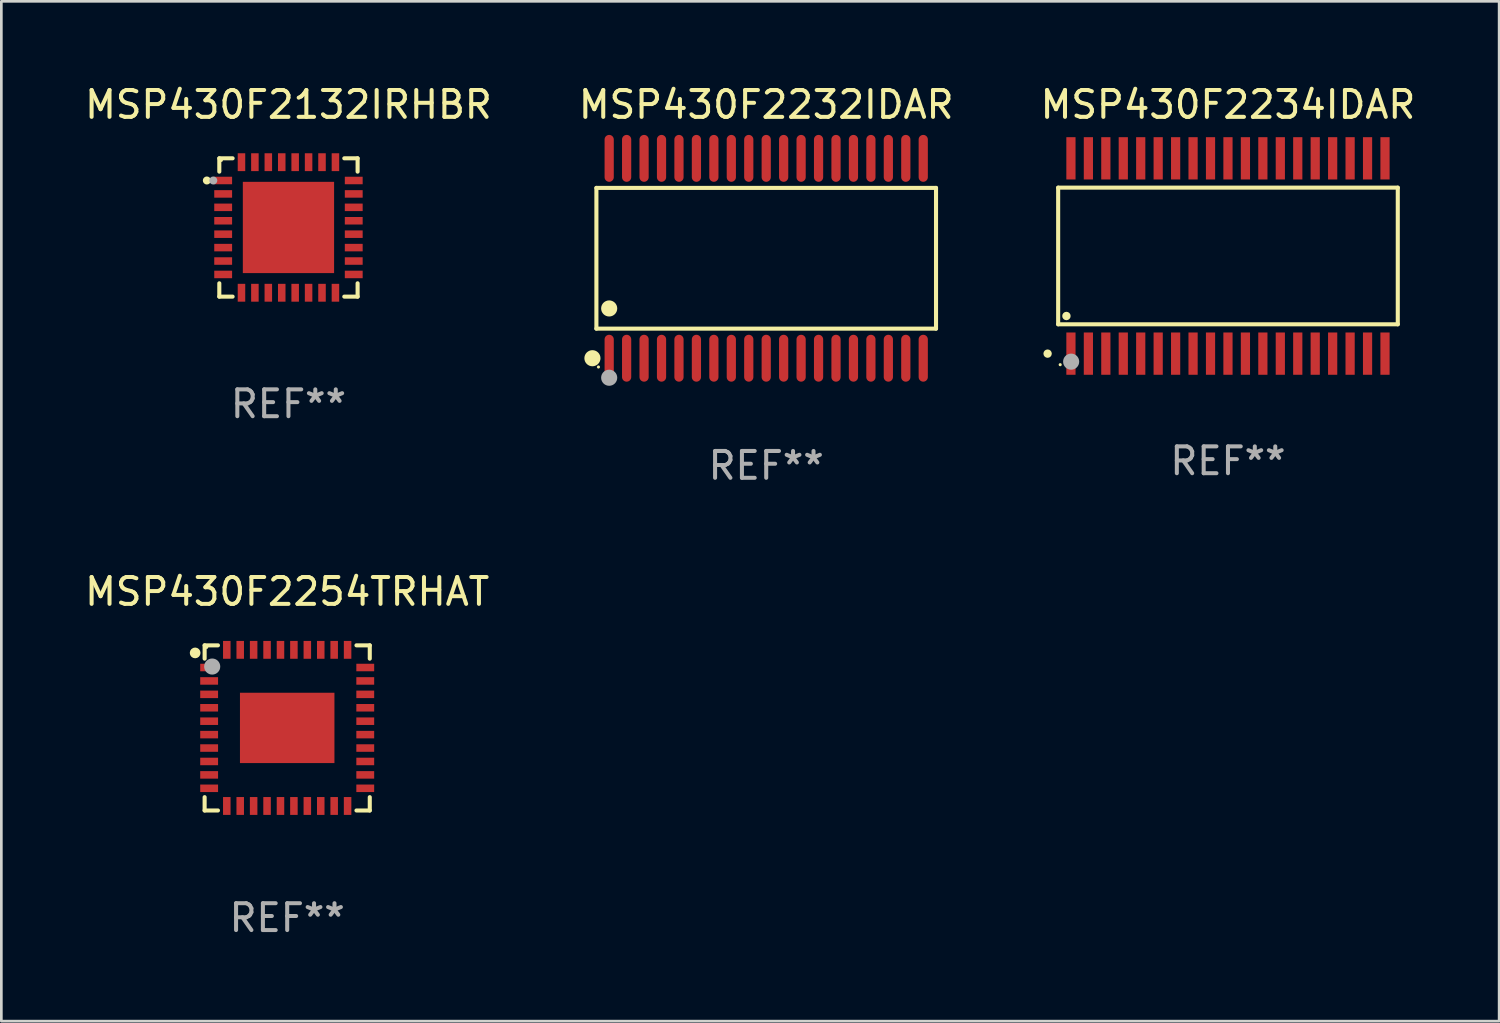
<source format=kicad_pcb>
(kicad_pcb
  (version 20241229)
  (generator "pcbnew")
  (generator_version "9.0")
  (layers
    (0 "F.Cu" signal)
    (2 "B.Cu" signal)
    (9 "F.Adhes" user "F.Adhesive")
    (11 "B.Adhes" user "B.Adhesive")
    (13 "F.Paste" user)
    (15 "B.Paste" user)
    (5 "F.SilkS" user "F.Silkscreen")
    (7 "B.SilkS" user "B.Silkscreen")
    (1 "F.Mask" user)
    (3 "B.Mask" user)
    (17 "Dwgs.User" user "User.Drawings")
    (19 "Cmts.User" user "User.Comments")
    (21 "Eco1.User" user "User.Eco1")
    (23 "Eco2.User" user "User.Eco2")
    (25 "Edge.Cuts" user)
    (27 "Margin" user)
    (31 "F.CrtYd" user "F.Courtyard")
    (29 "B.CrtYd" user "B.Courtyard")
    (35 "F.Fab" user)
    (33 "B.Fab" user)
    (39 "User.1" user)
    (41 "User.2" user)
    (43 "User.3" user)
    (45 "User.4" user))
  (footprint "MSP430F2234IDAR"
    (layer "F.Cu")
    (at 42.696 6.486)
    (property "Reference" "MSP430F2234IDAR" (at 0 -5.638 0) (layer "F.SilkS") (effects (font (size 1 1) (thickness 0.15))))
    (attr through_hole)
    (fp_line (start -6.326 -2.545) (end 6.326 -2.545) (stroke (width 0.152) (type solid)) (layer "F.SilkS"))
    (fp_line (start -6.326 2.545) (end -6.326 -2.545) (stroke (width 0.152) (type solid)) (layer "F.SilkS"))
    (fp_line (start 6.326 -2.545) (end 6.326 2.545) (stroke (width 0.152) (type solid)) (layer "F.SilkS"))
    (fp_line (start 6.326 2.545) (end -6.326 2.545) (stroke (width 0.152) (type solid)) (layer "F.SilkS"))
    (fp_circle (center -6.719 3.638) (end -6.641 3.638) (stroke (width 0.156) (type solid)) (fill no) (layer "F.SilkS"))
    (fp_circle (center -6.25 4.05) (end -6.22 4.05) (stroke (width 0.06) (type solid)) (fill no) (layer "F.SilkS"))
    (fp_circle (center -6.018 2.236) (end -5.939 2.236) (stroke (width 0.156) (type solid)) (fill no) (layer "F.SilkS"))
    (fp_circle (center -5.842 3.937) (end -5.692 3.937) (stroke (width 0.3) (type solid)) (fill no) (layer "F.Fab"))
    (fp_text user "REF**" (at 0 7.638 0) (layer "F.Fab") (effects (font (size 1 1) (thickness 0.15))))
    (pad "1" smd rect (at -5.85 3.638) (size 0.343 1.575) (layers "F.Cu" "F.Mask" "F.Paste"))
    (pad "2" smd rect (at -5.2 3.638) (size 0.343 1.575) (layers "F.Cu" "F.Mask" "F.Paste"))
    (pad "3" smd rect (at -4.55 3.638) (size 0.343 1.575) (layers "F.Cu" "F.Mask" "F.Paste"))
    (pad "4" smd rect (at -3.9 3.638) (size 0.343 1.575) (layers "F.Cu" "F.Mask" "F.Paste"))
    (pad "5" smd rect (at -3.25 3.638) (size 0.343 1.575) (layers "F.Cu" "F.Mask" "F.Paste"))
    (pad "6" smd rect (at -2.6 3.638) (size 0.343 1.575) (layers "F.Cu" "F.Mask" "F.Paste"))
    (pad "7" smd rect (at -1.95 3.638) (size 0.343 1.575) (layers "F.Cu" "F.Mask" "F.Paste"))
    (pad "8" smd rect (at -1.3 3.638) (size 0.343 1.575) (layers "F.Cu" "F.Mask" "F.Paste"))
    (pad "9" smd rect (at -0.65 3.638) (size 0.343 1.575) (layers "F.Cu" "F.Mask" "F.Paste"))
    (pad "10" smd rect (at -0.000013 3.638) (size 0.343 1.575) (layers "F.Cu" "F.Mask" "F.Paste"))
    (pad "11" smd rect (at 0.65 3.638) (size 0.343 1.575) (layers "F.Cu" "F.Mask" "F.Paste"))
    (pad "12" smd rect (at 1.3 3.638) (size 0.343 1.575) (layers "F.Cu" "F.Mask" "F.Paste"))
    (pad "13" smd rect (at 1.95 3.638) (size 0.343 1.575) (layers "F.Cu" "F.Mask" "F.Paste"))
    (pad "14" smd rect (at 2.6 3.638) (size 0.343 1.575) (layers "F.Cu" "F.Mask" "F.Paste"))
    (pad "15" smd rect (at 3.25 3.638) (size 0.343 1.575) (layers "F.Cu" "F.Mask" "F.Paste"))
    (pad "16" smd rect (at 3.9 3.638) (size 0.343 1.575) (layers "F.Cu" "F.Mask" "F.Paste"))
    (pad "17" smd rect (at 4.55 3.638) (size 0.343 1.575) (layers "F.Cu" "F.Mask" "F.Paste"))
    (pad "18" smd rect (at 5.2 3.638) (size 0.343 1.575) (layers "F.Cu" "F.Mask" "F.Paste"))
    (pad "19" smd rect (at 5.85 3.638) (size 0.343 1.575) (layers "F.Cu" "F.Mask" "F.Paste"))
    (pad "20" smd rect (at 5.85 -3.638) (size 0.343 1.575) (layers "F.Cu" "F.Mask" "F.Paste"))
    (pad "21" smd rect (at 5.2 -3.638) (size 0.343 1.575) (layers "F.Cu" "F.Mask" "F.Paste"))
    (pad "22" smd rect (at 4.55 -3.638) (size 0.343 1.575) (layers "F.Cu" "F.Mask" "F.Paste"))
    (pad "23" smd rect (at 3.9 -3.638) (size 0.343 1.575) (layers "F.Cu" "F.Mask" "F.Paste"))
    (pad "24" smd rect (at 3.25 -3.638) (size 0.343 1.575) (layers "F.Cu" "F.Mask" "F.Paste"))
    (pad "25" smd rect (at 2.6 -3.638) (size 0.343 1.575) (layers "F.Cu" "F.Mask" "F.Paste"))
    (pad "26" smd rect (at 1.95 -3.638) (size 0.343 1.575) (layers "F.Cu" "F.Mask" "F.Paste"))
    (pad "27" smd rect (at 1.3 -3.638) (size 0.343 1.575) (layers "F.Cu" "F.Mask" "F.Paste"))
    (pad "28" smd rect (at 0.65 -3.638) (size 0.343 1.575) (layers "F.Cu" "F.Mask" "F.Paste"))
    (pad "29" smd rect (at -0.000013 -3.638) (size 0.343 1.575) (layers "F.Cu" "F.Mask" "F.Paste"))
    (pad "30" smd rect (at -0.65 -3.638) (size 0.343 1.575) (layers "F.Cu" "F.Mask" "F.Paste"))
    (pad "31" smd rect (at -1.3 -3.638) (size 0.343 1.575) (layers "F.Cu" "F.Mask" "F.Paste"))
    (pad "32" smd rect (at -1.95 -3.638) (size 0.343 1.575) (layers "F.Cu" "F.Mask" "F.Paste"))
    (pad "33" smd rect (at -2.6 -3.638) (size 0.343 1.575) (layers "F.Cu" "F.Mask" "F.Paste"))
    (pad "34" smd rect (at -3.25 -3.638) (size 0.343 1.575) (layers "F.Cu" "F.Mask" "F.Paste"))
    (pad "35" smd rect (at -3.9 -3.638) (size 0.343 1.575) (layers "F.Cu" "F.Mask" "F.Paste"))
    (pad "36" smd rect (at -4.55 -3.638) (size 0.343 1.575) (layers "F.Cu" "F.Mask" "F.Paste"))
    (pad "37" smd rect (at -5.2 -3.638) (size 0.343 1.575) (layers "F.Cu" "F.Mask" "F.Paste"))
    (pad "38" smd rect (at -5.85 -3.638) (size 0.343 1.575) (layers "F.Cu" "F.Mask" "F.Paste")))
  (footprint "MSP430F2254TRHAT"
    (layer "F.Cu")
    (at 7.649 24.067)
    (property "Reference" "MSP430F2254TRHAT" (at 0 -5.076 0) (layer "F.SilkS") (effects (font (size 1 1) (thickness 0.15))))
    (attr through_hole)
    (fp_line (start -3.076 -3.076) (end -3.076 -2.58) (stroke (width 0.152) (type solid)) (layer "F.SilkS"))
    (fp_line (start -3.076 3.076) (end -3.076 2.58) (stroke (width 0.152) (type solid)) (layer "F.SilkS"))
    (fp_line (start -2.58 -3.076) (end -3.076 -3.076) (stroke (width 0.152) (type solid)) (layer "F.SilkS"))
    (fp_line (start -2.58 3.076) (end -3.076 3.076) (stroke (width 0.152) (type solid)) (layer "F.SilkS"))
    (fp_line (start 2.58 -3.076) (end 3.076 -3.076) (stroke (width 0.152) (type solid)) (layer "F.SilkS"))
    (fp_line (start 2.58 3.076) (end 3.076 3.076) (stroke (width 0.152) (type solid)) (layer "F.SilkS"))
    (fp_line (start 3.076 -3.076) (end 3.076 -2.58) (stroke (width 0.152) (type solid)) (layer "F.SilkS"))
    (fp_line (start 3.076 3.076) (end 3.076 2.58) (stroke (width 0.152) (type solid)) (layer "F.SilkS"))
    (fp_circle (center -3.429 -2.794) (end -3.329 -2.794) (stroke (width 0.2) (type solid)) (fill no) (layer "F.SilkS"))
    (fp_circle (center -3 -3) (end -2.97 -3) (stroke (width 0.06) (type solid)) (fill no) (layer "F.SilkS"))
    (fp_circle (center -2.794 -2.286) (end -2.644 -2.286) (stroke (width 0.3) (type solid)) (fill no) (layer "F.Fab"))
    (fp_text user "REF**" (at 0 7.076 0) (layer "F.Fab") (effects (font (size 1 1) (thickness 0.15))))
    (pad "1" smd rect (at -2.908 -2.25) (size 0.665 0.28) (layers "F.Cu" "F.Mask" "F.Paste"))
    (pad "2" smd rect (at -2.908 -1.75) (size 0.665 0.28) (layers "F.Cu" "F.Mask" "F.Paste"))
    (pad "3" smd rect (at -2.908 -1.25) (size 0.665 0.28) (layers "F.Cu" "F.Mask" "F.Paste"))
    (pad "4" smd rect (at -2.908 -0.75) (size 0.665 0.28) (layers "F.Cu" "F.Mask" "F.Paste"))
    (pad "5" smd rect (at -2.908 -0.25) (size 0.665 0.28) (layers "F.Cu" "F.Mask" "F.Paste"))
    (pad "6" smd rect (at -2.908 0.25) (size 0.665 0.28) (layers "F.Cu" "F.Mask" "F.Paste"))
    (pad "7" smd rect (at -2.908 0.75) (size 0.665 0.28) (layers "F.Cu" "F.Mask" "F.Paste"))
    (pad "8" smd rect (at -2.908 1.25) (size 0.665 0.28) (layers "F.Cu" "F.Mask" "F.Paste"))
    (pad "9" smd rect (at -2.908 1.75) (size 0.665 0.28) (layers "F.Cu" "F.Mask" "F.Paste"))
    (pad "10" smd rect (at -2.908 2.25) (size 0.665 0.28) (layers "F.Cu" "F.Mask" "F.Paste"))
    (pad "11" smd rect (at -2.25 2.908) (size 0.28 0.665) (layers "F.Cu" "F.Mask" "F.Paste"))
    (pad "12" smd rect (at -1.75 2.908) (size 0.28 0.665) (layers "F.Cu" "F.Mask" "F.Paste"))
    (pad "13" smd rect (at -1.25 2.908) (size 0.28 0.665) (layers "F.Cu" "F.Mask" "F.Paste"))
    (pad "14" smd rect (at -0.75 2.908) (size 0.28 0.665) (layers "F.Cu" "F.Mask" "F.Paste"))
    (pad "15" smd rect (at -0.25 2.908) (size 0.28 0.665) (layers "F.Cu" "F.Mask" "F.Paste"))
    (pad "16" smd rect (at 0.25 2.908) (size 0.28 0.665) (layers "F.Cu" "F.Mask" "F.Paste"))
    (pad "17" smd rect (at 0.75 2.908) (size 0.28 0.665) (layers "F.Cu" "F.Mask" "F.Paste"))
    (pad "18" smd rect (at 1.25 2.908) (size 0.28 0.665) (layers "F.Cu" "F.Mask" "F.Paste"))
    (pad "19" smd rect (at 1.75 2.908) (size 0.28 0.665) (layers "F.Cu" "F.Mask" "F.Paste"))
    (pad "20" smd rect (at 2.25 2.908) (size 0.28 0.665) (layers "F.Cu" "F.Mask" "F.Paste"))
    (pad "21" smd rect (at 2.908 2.25) (size 0.665 0.28) (layers "F.Cu" "F.Mask" "F.Paste"))
    (pad "22" smd rect (at 2.908 1.75) (size 0.665 0.28) (layers "F.Cu" "F.Mask" "F.Paste"))
    (pad "23" smd rect (at 2.908 1.25) (size 0.665 0.28) (layers "F.Cu" "F.Mask" "F.Paste"))
    (pad "24" smd rect (at 2.908 0.75) (size 0.665 0.28) (layers "F.Cu" "F.Mask" "F.Paste"))
    (pad "25" smd rect (at 2.908 0.25) (size 0.665 0.28) (layers "F.Cu" "F.Mask" "F.Paste"))
    (pad "26" smd rect (at 2.908 -0.25) (size 0.665 0.28) (layers "F.Cu" "F.Mask" "F.Paste"))
    (pad "27" smd rect (at 2.908 -0.75) (size 0.665 0.28) (layers "F.Cu" "F.Mask" "F.Paste"))
    (pad "28" smd rect (at 2.908 -1.25) (size 0.665 0.28) (layers "F.Cu" "F.Mask" "F.Paste"))
    (pad "29" smd rect (at 2.908 -1.75) (size 0.665 0.28) (layers "F.Cu" "F.Mask" "F.Paste"))
    (pad "30" smd rect (at 2.908 -2.25) (size 0.665 0.28) (layers "F.Cu" "F.Mask" "F.Paste"))
    (pad "31" smd rect (at 2.25 -2.908) (size 0.28 0.665) (layers "F.Cu" "F.Mask" "F.Paste"))
    (pad "32" smd rect (at 1.75 -2.908) (size 0.28 0.665) (layers "F.Cu" "F.Mask" "F.Paste"))
    (pad "33" smd rect (at 1.25 -2.908) (size 0.28 0.665) (layers "F.Cu" "F.Mask" "F.Paste"))
    (pad "34" smd rect (at 0.75 -2.908) (size 0.28 0.665) (layers "F.Cu" "F.Mask" "F.Paste"))
    (pad "35" smd rect (at 0.25 -2.908) (size 0.28 0.665) (layers "F.Cu" "F.Mask" "F.Paste"))
    (pad "36" smd rect (at -0.25 -2.908) (size 0.28 0.665) (layers "F.Cu" "F.Mask" "F.Paste"))
    (pad "37" smd rect (at -0.75 -2.908) (size 0.28 0.665) (layers "F.Cu" "F.Mask" "F.Paste"))
    (pad "38" smd rect (at -1.25 -2.908) (size 0.28 0.665) (layers "F.Cu" "F.Mask" "F.Paste"))
    (pad "39" smd rect (at -1.75 -2.908) (size 0.28 0.665) (layers "F.Cu" "F.Mask" "F.Paste"))
    (pad "40" smd rect (at -2.25 -2.908) (size 0.28 0.665) (layers "F.Cu" "F.Mask" "F.Paste"))
    (pad "41" smd rect (at 0 0) (size 3.52 2.62) (layers "F.Cu" "F.Mask" "F.Paste")))
  (footprint "MSP430F2232IDAR"
    (layer "F.Cu")
    (at 25.494 6.572)
    (property "Reference" "MSP430F2232IDAR" (at 0 -5.723 0) (layer "F.SilkS") (effects (font (size 1 1) (thickness 0.15))))
    (attr through_hole)
    (fp_line (start -6.326 -2.622) (end 6.326 -2.622) (stroke (width 0.152) (type solid)) (layer "F.SilkS"))
    (fp_line (start -6.326 2.621) (end -6.326 -2.622) (stroke (width 0.152) (type solid)) (layer "F.SilkS"))
    (fp_line (start 6.326 -2.622) (end 6.326 2.621) (stroke (width 0.152) (type solid)) (layer "F.SilkS"))
    (fp_line (start 6.326 2.621) (end -6.326 2.621) (stroke (width 0.152) (type solid)) (layer "F.SilkS"))
    (fp_circle (center -6.474 3.723) (end -6.324 3.723) (stroke (width 0.3) (type solid)) (fill no) (layer "F.SilkS"))
    (fp_circle (center -6.25 4.05) (end -6.22 4.05) (stroke (width 0.06) (type solid)) (fill no) (layer "F.SilkS"))
    (fp_circle (center -5.85 1.869) (end -5.7 1.869) (stroke (width 0.3) (type solid)) (fill no) (layer "F.SilkS"))
    (fp_circle (center -5.85 4.45) (end -5.7 4.45) (stroke (width 0.3) (type solid)) (fill no) (layer "F.Fab"))
    (fp_text user "REF**" (at 0 7.723 0) (layer "F.Fab") (effects (font (size 1 1) (thickness 0.15))))
    (pad "1" smd oval (at -5.85 3.723) (size 0.343 1.747) (layers "F.Cu" "F.Mask" "F.Paste"))
    (pad "2" smd oval (at -5.2 3.723) (size 0.343 1.747) (layers "F.Cu" "F.Mask" "F.Paste"))
    (pad "3" smd oval (at -4.55 3.723) (size 0.343 1.747) (layers "F.Cu" "F.Mask" "F.Paste"))
    (pad "4" smd oval (at -3.9 3.723) (size 0.343 1.747) (layers "F.Cu" "F.Mask" "F.Paste"))
    (pad "5" smd oval (at -3.25 3.723) (size 0.343 1.747) (layers "F.Cu" "F.Mask" "F.Paste"))
    (pad "6" smd oval (at -2.6 3.723) (size 0.343 1.747) (layers "F.Cu" "F.Mask" "F.Paste"))
    (pad "7" smd oval (at -1.95 3.723) (size 0.343 1.747) (layers "F.Cu" "F.Mask" "F.Paste"))
    (pad "8" smd oval (at -1.3 3.723) (size 0.343 1.747) (layers "F.Cu" "F.Mask" "F.Paste"))
    (pad "9" smd oval (at -0.65 3.723) (size 0.343 1.747) (layers "F.Cu" "F.Mask" "F.Paste"))
    (pad "10" smd oval (at 0 3.723) (size 0.343 1.747) (layers "F.Cu" "F.Mask" "F.Paste"))
    (pad "11" smd oval (at 0.65 3.723) (size 0.343 1.747) (layers "F.Cu" "F.Mask" "F.Paste"))
    (pad "12" smd oval (at 1.3 3.723) (size 0.343 1.747) (layers "F.Cu" "F.Mask" "F.Paste"))
    (pad "13" smd oval (at 1.95 3.723) (size 0.343 1.747) (layers "F.Cu" "F.Mask" "F.Paste"))
    (pad "14" smd oval (at 2.6 3.723) (size 0.343 1.747) (layers "F.Cu" "F.Mask" "F.Paste"))
    (pad "15" smd oval (at 3.25 3.723) (size 0.343 1.747) (layers "F.Cu" "F.Mask" "F.Paste"))
    (pad "16" smd oval (at 3.9 3.723) (size 0.343 1.747) (layers "F.Cu" "F.Mask" "F.Paste"))
    (pad "17" smd oval (at 4.55 3.723) (size 0.343 1.747) (layers "F.Cu" "F.Mask" "F.Paste"))
    (pad "18" smd oval (at 5.2 3.723) (size 0.343 1.747) (layers "F.Cu" "F.Mask" "F.Paste"))
    (pad "19" smd oval (at 5.85 3.723) (size 0.343 1.747) (layers "F.Cu" "F.Mask" "F.Paste"))
    (pad "20" smd oval (at 5.85 -3.723) (size 0.343 1.747) (layers "F.Cu" "F.Mask" "F.Paste"))
    (pad "21" smd oval (at 5.2 -3.723) (size 0.343 1.747) (layers "F.Cu" "F.Mask" "F.Paste"))
    (pad "22" smd oval (at 4.55 -3.723) (size 0.343 1.747) (layers "F.Cu" "F.Mask" "F.Paste"))
    (pad "23" smd oval (at 3.9 -3.723) (size 0.343 1.747) (layers "F.Cu" "F.Mask" "F.Paste"))
    (pad "24" smd oval (at 3.25 -3.723) (size 0.343 1.747) (layers "F.Cu" "F.Mask" "F.Paste"))
    (pad "25" smd oval (at 2.6 -3.723) (size 0.343 1.747) (layers "F.Cu" "F.Mask" "F.Paste"))
    (pad "26" smd oval (at 1.95 -3.723) (size 0.343 1.747) (layers "F.Cu" "F.Mask" "F.Paste"))
    (pad "27" smd oval (at 1.3 -3.723) (size 0.343 1.747) (layers "F.Cu" "F.Mask" "F.Paste"))
    (pad "28" smd oval (at 0.65 -3.723) (size 0.343 1.747) (layers "F.Cu" "F.Mask" "F.Paste"))
    (pad "29" smd oval (at 0 -3.723) (size 0.343 1.747) (layers "F.Cu" "F.Mask" "F.Paste"))
    (pad "30" smd oval (at -0.65 -3.723) (size 0.343 1.747) (layers "F.Cu" "F.Mask" "F.Paste"))
    (pad "31" smd oval (at -1.3 -3.723) (size 0.343 1.747) (layers "F.Cu" "F.Mask" "F.Paste"))
    (pad "32" smd oval (at -1.95 -3.723) (size 0.343 1.747) (layers "F.Cu" "F.Mask" "F.Paste"))
    (pad "33" smd oval (at -2.6 -3.723) (size 0.343 1.747) (layers "F.Cu" "F.Mask" "F.Paste"))
    (pad "34" smd oval (at -3.25 -3.723) (size 0.343 1.747) (layers "F.Cu" "F.Mask" "F.Paste"))
    (pad "35" smd oval (at -3.9 -3.723) (size 0.343 1.747) (layers "F.Cu" "F.Mask" "F.Paste"))
    (pad "36" smd oval (at -4.55 -3.723) (size 0.343 1.747) (layers "F.Cu" "F.Mask" "F.Paste"))
    (pad "37" smd oval (at -5.2 -3.723) (size 0.343 1.747) (layers "F.Cu" "F.Mask" "F.Paste"))
    (pad "38" smd oval (at -5.85 -3.723) (size 0.343 1.747) (layers "F.Cu" "F.Mask" "F.Paste")))
  (footprint "MSP430F2132IRHBR"
    (layer "F.Cu")
    (at 7.696 5.424)
    (property "Reference" "MSP430F2132IRHBR" (at 0 -4.576 0) (layer "F.SilkS") (effects (font (size 1 1) (thickness 0.15))))
    (attr through_hole)
    (fp_line (start -2.576 -2.576) (end -2.576 -2.08) (stroke (width 0.152) (type solid)) (layer "F.SilkS"))
    (fp_line (start -2.576 2.576) (end -2.576 2.08) (stroke (width 0.152) (type solid)) (layer "F.SilkS"))
    (fp_line (start -2.08 -2.576) (end -2.576 -2.576) (stroke (width 0.152) (type solid)) (layer "F.SilkS"))
    (fp_line (start -2.08 2.576) (end -2.576 2.576) (stroke (width 0.152) (type solid)) (layer "F.SilkS"))
    (fp_line (start 2.08 -2.576) (end 2.576 -2.576) (stroke (width 0.152) (type solid)) (layer "F.SilkS"))
    (fp_line (start 2.08 2.576) (end 2.576 2.576) (stroke (width 0.152) (type solid)) (layer "F.SilkS"))
    (fp_line (start 2.576 -2.576) (end 2.576 -2.08) (stroke (width 0.152) (type solid)) (layer "F.SilkS"))
    (fp_line (start 2.576 2.576) (end 2.576 2.08) (stroke (width 0.152) (type solid)) (layer "F.SilkS"))
    (fp_circle (center -3.04 -1.75) (end -2.965 -1.75) (stroke (width 0.15) (type solid)) (fill no) (layer "F.SilkS"))
    (fp_circle (center -2.5 -2.5) (end -2.47 -2.5) (stroke (width 0.06) (type solid)) (fill no) (layer "F.SilkS"))
    (fp_circle (center -2.8 -1.75) (end -2.725 -1.75) (stroke (width 0.15) (type solid)) (fill no) (layer "F.Fab"))
    (fp_text user "REF**" (at 0 6.576 0) (layer "F.Fab") (effects (font (size 1 1) (thickness 0.15))))
    (pad "1" smd rect (at -2.432 -1.75) (size 0.665 0.28) (layers "F.Cu" "F.Mask" "F.Paste"))
    (pad "2" smd rect (at -2.432 -1.25) (size 0.665 0.28) (layers "F.Cu" "F.Mask" "F.Paste"))
    (pad "3" smd rect (at -2.432 -0.75) (size 0.665 0.28) (layers "F.Cu" "F.Mask" "F.Paste"))
    (pad "4" smd rect (at -2.432 -0.25) (size 0.665 0.28) (layers "F.Cu" "F.Mask" "F.Paste"))
    (pad "5" smd rect (at -2.432 0.25) (size 0.665 0.28) (layers "F.Cu" "F.Mask" "F.Paste"))
    (pad "6" smd rect (at -2.432 0.75) (size 0.665 0.28) (layers "F.Cu" "F.Mask" "F.Paste"))
    (pad "7" smd rect (at -2.432 1.25) (size 0.665 0.28) (layers "F.Cu" "F.Mask" "F.Paste"))
    (pad "8" smd rect (at -2.432 1.75) (size 0.665 0.28) (layers "F.Cu" "F.Mask" "F.Paste"))
    (pad "9" smd rect (at -1.75 2.432) (size 0.28 0.665) (layers "F.Cu" "F.Mask" "F.Paste"))
    (pad "10" smd rect (at -1.25 2.432) (size 0.28 0.665) (layers "F.Cu" "F.Mask" "F.Paste"))
    (pad "11" smd rect (at -0.75 2.432) (size 0.28 0.665) (layers "F.Cu" "F.Mask" "F.Paste"))
    (pad "12" smd rect (at -0.25 2.432) (size 0.28 0.665) (layers "F.Cu" "F.Mask" "F.Paste"))
    (pad "13" smd rect (at 0.25 2.432) (size 0.28 0.665) (layers "F.Cu" "F.Mask" "F.Paste"))
    (pad "14" smd rect (at 0.75 2.432) (size 0.28 0.665) (layers "F.Cu" "F.Mask" "F.Paste"))
    (pad "15" smd rect (at 1.25 2.432) (size 0.28 0.665) (layers "F.Cu" "F.Mask" "F.Paste"))
    (pad "16" smd rect (at 1.75 2.432) (size 0.28 0.665) (layers "F.Cu" "F.Mask" "F.Paste"))
    (pad "17" smd rect (at 2.432 1.75) (size 0.665 0.28) (layers "F.Cu" "F.Mask" "F.Paste"))
    (pad "18" smd rect (at 2.432 1.25) (size 0.665 0.28) (layers "F.Cu" "F.Mask" "F.Paste"))
    (pad "19" smd rect (at 2.432 0.75) (size 0.665 0.28) (layers "F.Cu" "F.Mask" "F.Paste"))
    (pad "20" smd rect (at 2.432 0.25) (size 0.665 0.28) (layers "F.Cu" "F.Mask" "F.Paste"))
    (pad "21" smd rect (at 2.432 -0.25) (size 0.665 0.28) (layers "F.Cu" "F.Mask" "F.Paste"))
    (pad "22" smd rect (at 2.432 -0.75) (size 0.665 0.28) (layers "F.Cu" "F.Mask" "F.Paste"))
    (pad "23" smd rect (at 2.432 -1.25) (size 0.665 0.28) (layers "F.Cu" "F.Mask" "F.Paste"))
    (pad "24" smd rect (at 2.432 -1.75) (size 0.665 0.28) (layers "F.Cu" "F.Mask" "F.Paste"))
    (pad "25" smd rect (at 1.75 -2.432) (size 0.28 0.665) (layers "F.Cu" "F.Mask" "F.Paste"))
    (pad "26" smd rect (at 1.25 -2.432) (size 0.28 0.665) (layers "F.Cu" "F.Mask" "F.Paste"))
    (pad "27" smd rect (at 0.75 -2.432) (size 0.28 0.665) (layers "F.Cu" "F.Mask" "F.Paste"))
    (pad "28" smd rect (at 0.25 -2.432) (size 0.28 0.665) (layers "F.Cu" "F.Mask" "F.Paste"))
    (pad "29" smd rect (at -0.25 -2.432) (size 0.28 0.665) (layers "F.Cu" "F.Mask" "F.Paste"))
    (pad "30" smd rect (at -0.75 -2.432) (size 0.28 0.665) (layers "F.Cu" "F.Mask" "F.Paste"))
    (pad "31" smd rect (at -1.25 -2.432) (size 0.28 0.665) (layers "F.Cu" "F.Mask" "F.Paste"))
    (pad "32" smd rect (at -1.75 -2.432) (size 0.28 0.665) (layers "F.Cu" "F.Mask" "F.Paste"))
    (pad "33" smd rect (at 0 0) (size 3.4 3.4) (layers "F.Cu" "F.Mask" "F.Paste")))
  (gr_rect
    (start -3 -3)
    (end 52.798 34.992)
    (stroke (width 0.1) (type default))
    (fill no)
    (layer "Edge.Cuts")))
</source>
